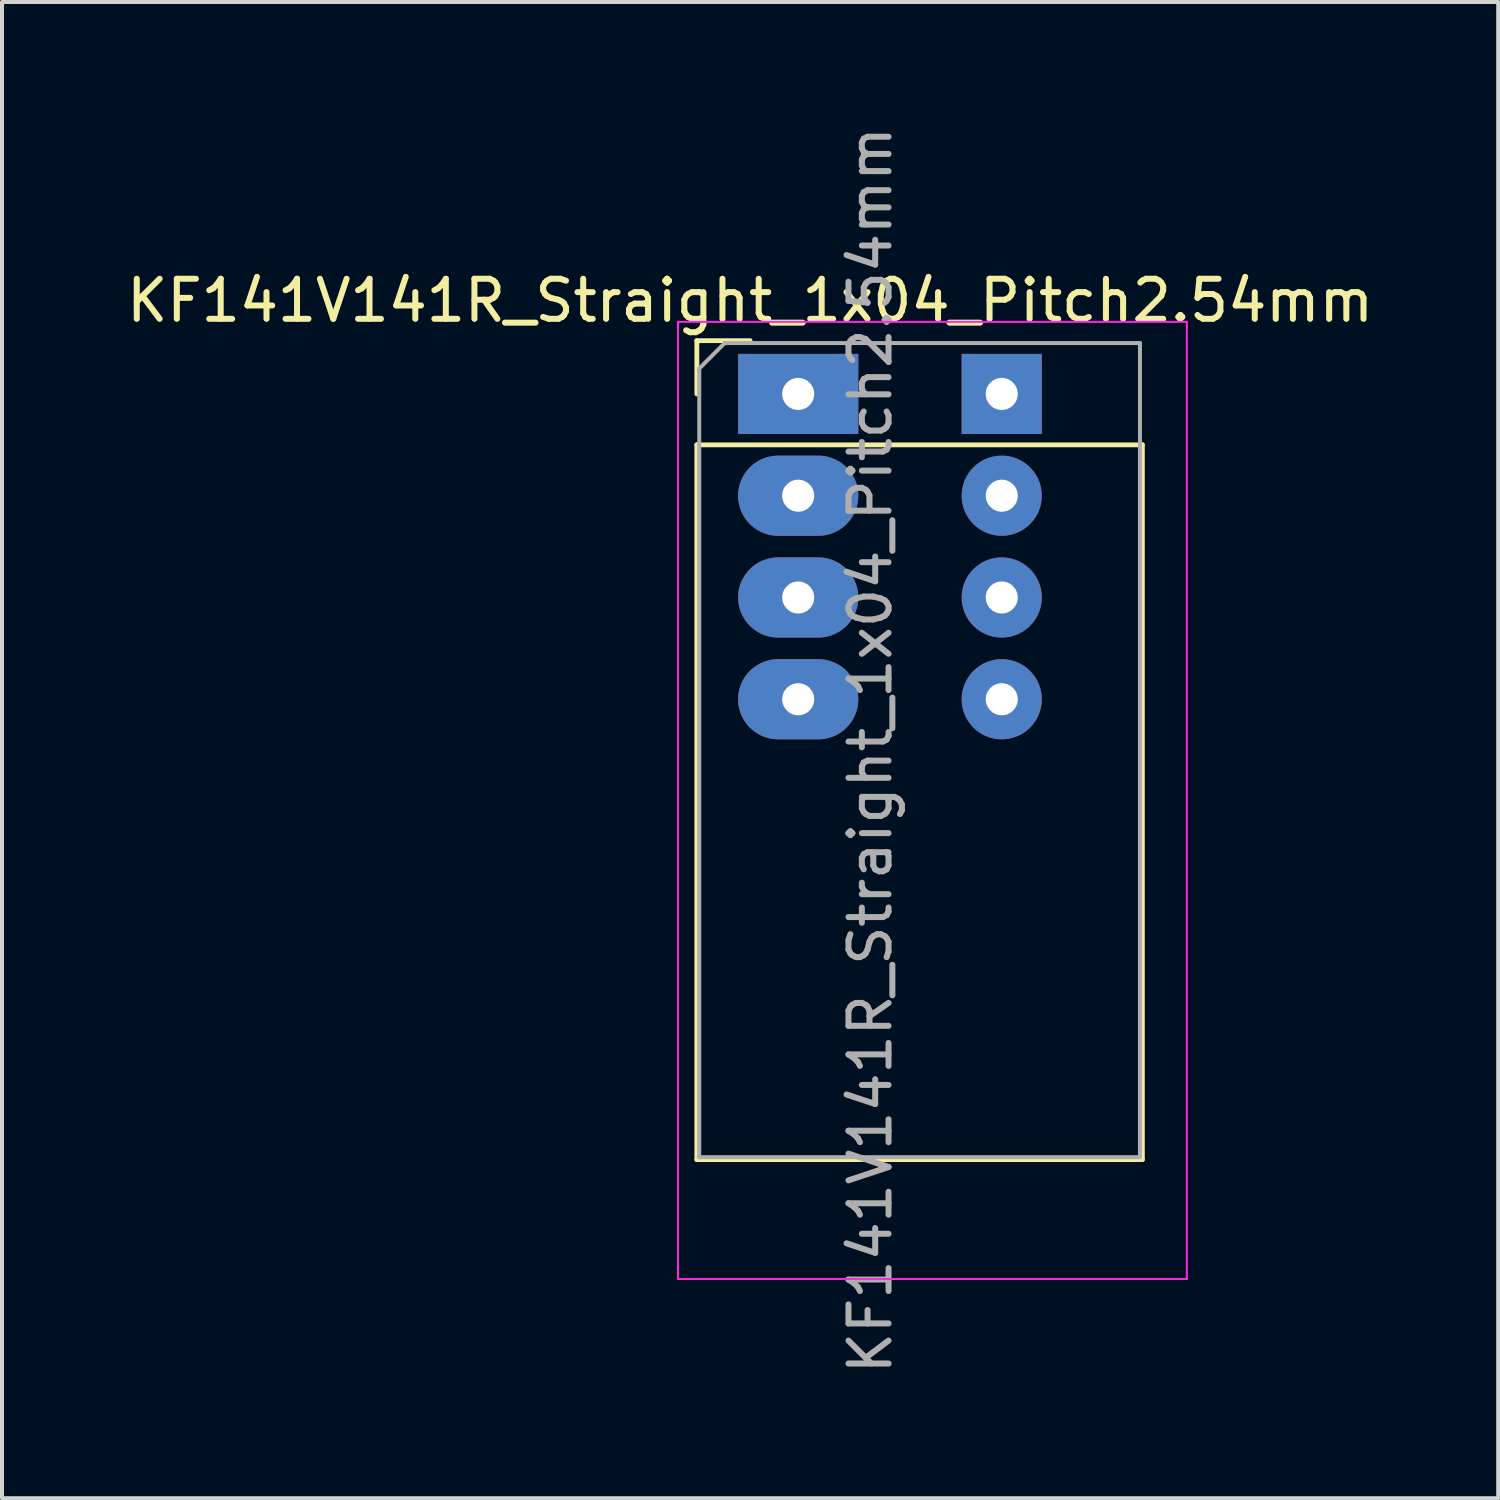
<source format=kicad_pcb>
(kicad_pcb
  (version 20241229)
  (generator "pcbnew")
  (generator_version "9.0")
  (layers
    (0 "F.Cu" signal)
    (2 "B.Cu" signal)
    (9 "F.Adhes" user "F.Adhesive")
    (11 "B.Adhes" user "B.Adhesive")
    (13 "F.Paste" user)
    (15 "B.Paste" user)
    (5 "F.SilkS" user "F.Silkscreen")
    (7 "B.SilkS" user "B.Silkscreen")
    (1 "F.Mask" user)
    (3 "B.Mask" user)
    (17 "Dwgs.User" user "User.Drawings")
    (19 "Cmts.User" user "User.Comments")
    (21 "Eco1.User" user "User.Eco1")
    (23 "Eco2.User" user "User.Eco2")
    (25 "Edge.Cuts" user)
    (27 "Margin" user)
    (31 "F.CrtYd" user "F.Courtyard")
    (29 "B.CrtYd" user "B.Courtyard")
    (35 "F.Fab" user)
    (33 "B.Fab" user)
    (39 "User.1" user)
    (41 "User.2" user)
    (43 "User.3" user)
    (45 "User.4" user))
  (footprint "KF141V141R_Straight_1x04_Pitch2.54mm"
    (layer "F.Cu")
    (at 15.673 6.783)
    (property "Reference" "KF141V141R_Straight_1x04_Pitch2.54mm" (at 0 -2.33 0) (layer "F.SilkS") (effects (font (size 1 1) (thickness 0.15))))
    (attr through_hole)
    (fp_line (start -1.33 -1.33) (end 0 -1.33) (stroke (width 0.12) (type solid)) (layer "F.SilkS"))
    (fp_line (start -1.33 0) (end -1.33 -1.33) (stroke (width 0.12) (type solid)) (layer "F.SilkS"))
    (fp_line (start -1.33 1.27) (end -1.33 19.11) (stroke (width 0.12) (type solid)) (layer "F.SilkS"))
    (fp_line (start -1.33 1.27) (end 9.79 1.27) (stroke (width 0.12) (type solid)) (layer "F.SilkS"))
    (fp_line (start -1.33 19.11) (end 9.79 19.11) (stroke (width 0.12) (type solid)) (layer "F.SilkS"))
    (fp_line (start 9.79 1.27) (end 9.79 19.11) (stroke (width 0.12) (type solid)) (layer "F.SilkS"))
    (fp_line (start -1.8 -1.8) (end -1.8 22.09) (stroke (width 0.05) (type solid)) (layer "F.CrtYd"))
    (fp_line (start -1.8 22.09) (end 10.9 22.09) (stroke (width 0.05) (type solid)) (layer "F.CrtYd"))
    (fp_line (start 10.9 -1.8) (end -1.8 -1.8) (stroke (width 0.05) (type solid)) (layer "F.CrtYd"))
    (fp_line (start 10.9 22.09) (end 10.9 -1.8) (stroke (width 0.05) (type solid)) (layer "F.CrtYd"))
    (fp_line (start -1.27 -0.635) (end -0.635 -1.27) (stroke (width 0.1) (type solid)) (layer "F.Fab"))
    (fp_line (start -1.27 19.05) (end -1.27 -0.635) (stroke (width 0.1) (type solid)) (layer "F.Fab"))
    (fp_line (start -0.635 -1.27) (end 9.73 -1.27) (stroke (width 0.1) (type solid)) (layer "F.Fab"))
    (fp_line (start 9.73 -1.27) (end 9.73 19.05) (stroke (width 0.1) (type solid)) (layer "F.Fab"))
    (fp_line (start 9.73 19.05) (end -1.27 19.05) (stroke (width 0.1) (type solid)) (layer "F.Fab"))
    (fp_text user "${REFERENCE}" (at 3 8.89 90) (layer "F.Fab") (effects (font (size 1 1) (thickness 0.15))))
    (pad "1" thru_hole rect (at 1.2 0) (size 3 2) (drill 0.8) (layers "*.Cu" "*.Mask"))
    (pad "1" thru_hole rect (at 6.28 0) (size 2 2) (drill 0.8) (layers "*.Cu" "*.Mask"))
    (pad "2" thru_hole oval (at 1.2 2.54) (size 3 2) (drill 0.8) (layers "*.Cu" "*.Mask"))
    (pad "2" thru_hole oval (at 6.28 2.54) (size 2 2) (drill 0.8) (layers "*.Cu" "*.Mask"))
    (pad "3" thru_hole oval (at 1.2 5.08) (size 3 2) (drill 0.8) (layers "*.Cu" "*.Mask"))
    (pad "3" thru_hole oval (at 6.28 5.08) (size 2 2) (drill 0.8) (layers "*.Cu" "*.Mask"))
    (pad "4" thru_hole oval (at 1.2 7.62) (size 3 2) (drill 0.8) (layers "*.Cu" "*.Mask"))
    (pad "4" thru_hole oval (at 6.28 7.62) (size 2 2) (drill 0.8) (layers "*.Cu" "*.Mask")))
  (gr_rect
    (start -3 -3)
    (end 34.345 34.345)
    (stroke (width 0.1) (type default))
    (fill no)
    (layer "Edge.Cuts")))
</source>
